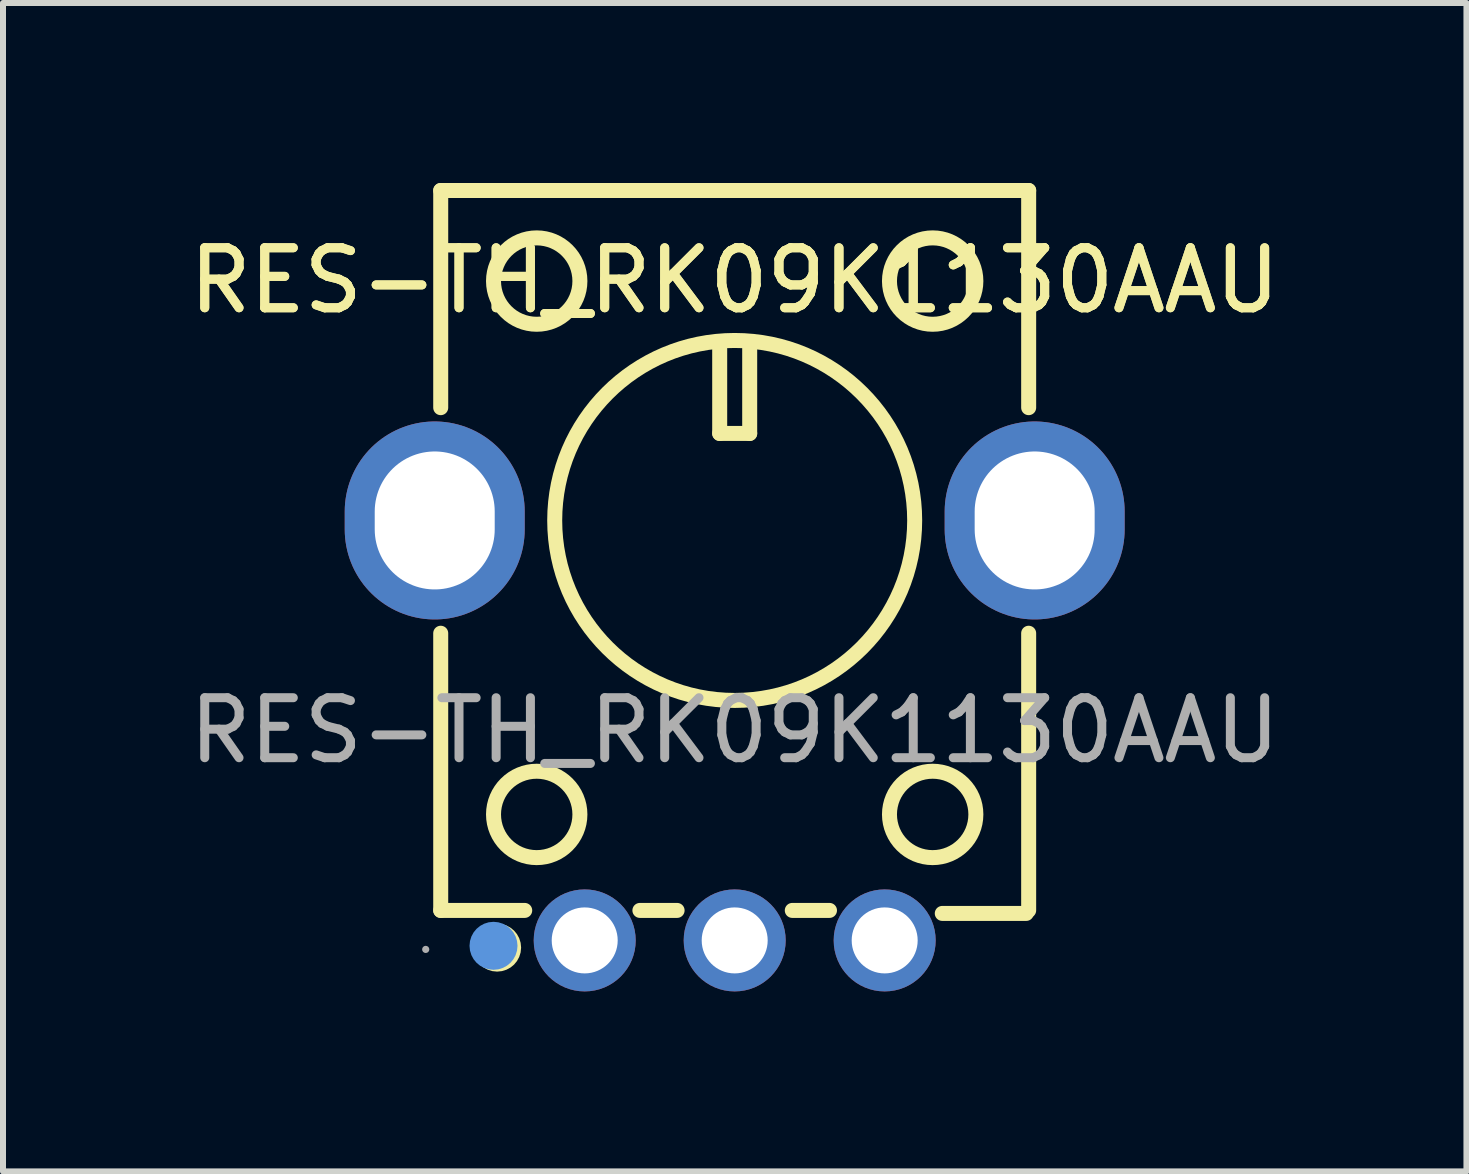
<source format=kicad_pcb>
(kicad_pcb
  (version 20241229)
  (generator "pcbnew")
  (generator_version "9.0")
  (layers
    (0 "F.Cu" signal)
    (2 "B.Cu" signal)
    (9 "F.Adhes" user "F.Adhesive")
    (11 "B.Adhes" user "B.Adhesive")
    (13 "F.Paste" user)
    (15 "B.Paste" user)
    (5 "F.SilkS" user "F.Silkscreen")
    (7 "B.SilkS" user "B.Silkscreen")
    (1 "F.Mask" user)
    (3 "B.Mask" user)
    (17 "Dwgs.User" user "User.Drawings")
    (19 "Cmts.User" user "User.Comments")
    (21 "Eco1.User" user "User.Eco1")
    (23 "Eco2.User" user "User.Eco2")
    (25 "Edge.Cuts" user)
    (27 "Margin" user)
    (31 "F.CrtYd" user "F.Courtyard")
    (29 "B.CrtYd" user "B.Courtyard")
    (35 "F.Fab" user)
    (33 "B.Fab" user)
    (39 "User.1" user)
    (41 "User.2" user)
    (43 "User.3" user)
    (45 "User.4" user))
  (footprint "RES-TH_RK09K1130AAU"
    (layer "F.Cu")
    (at 9.196 9.125)
    (property "Reference" "RES-TH_RK09K1130AAU" (at 0 -7.5 0) (layer "F.SilkS") (effects (font (size 1 1) (thickness 0.15))))
    (attr through_hole)
    (fp_line (start -4.9 -9) (end -4.9 -5.38) (stroke (width 0.25) (type solid)) (layer "F.SilkS"))
    (fp_line (start -4.9 -9) (end 4.9 -9) (stroke (width 0.25) (type solid)) (layer "F.SilkS"))
    (fp_line (start -4.9 -1.62) (end -4.9 3) (stroke (width 0.25) (type solid)) (layer "F.SilkS"))
    (fp_line (start -4.9 3) (end -3.5 3) (stroke (width 0.25) (type solid)) (layer "F.SilkS"))
    (fp_line (start -1.58 3) (end -0.96 3) (stroke (width 0.25) (type solid)) (layer "F.SilkS"))
    (fp_line (start -0.25 -6.48) (end -0.25 -4.95) (stroke (width 0.25) (type solid)) (layer "F.SilkS"))
    (fp_line (start -0.25 -4.95) (end 0.25 -4.95) (stroke (width 0.25) (type solid)) (layer "F.SilkS"))
    (fp_line (start 0.25 -4.95) (end 0.25 -6.48) (stroke (width 0.25) (type solid)) (layer "F.SilkS"))
    (fp_line (start 0.96 3) (end 1.58 3) (stroke (width 0.25) (type solid)) (layer "F.SilkS"))
    (fp_line (start 4.86 3.05) (end 3.46 3.05) (stroke (width 0.25) (type solid)) (layer "F.SilkS"))
    (fp_line (start 4.9 -9) (end 4.9 -5.38) (stroke (width 0.25) (type solid)) (layer "F.SilkS"))
    (fp_line (start 4.9 -1.62) (end 4.9 3) (stroke (width 0.25) (type solid)) (layer "F.SilkS"))
    (fp_circle (center -3.96 3.62) (end -3.76 3.62) (stroke (width 0.4) (type solid)) (fill no) (layer "F.SilkS"))
    (fp_circle (center -3.3 -7.49) (end -2.58 -7.49) (stroke (width 0.25) (type solid)) (fill no) (layer "F.SilkS"))
    (fp_circle (center -3.3 1.4) (end -2.58 1.4) (stroke (width 0.25) (type solid)) (fill no) (layer "F.SilkS"))
    (fp_circle (center 0 -3.5) (end 3 -3.5) (stroke (width 0.25) (type solid)) (fill no) (layer "F.SilkS"))
    (fp_circle (center 3.3 -7.49) (end 4.02 -7.49) (stroke (width 0.25) (type solid)) (fill no) (layer "F.SilkS"))
    (fp_circle (center 3.3 1.4) (end 4.02 1.4) (stroke (width 0.25) (type solid)) (fill no) (layer "F.SilkS"))
    (fp_circle (center -4.02 3.59) (end -3.82 3.59) (stroke (width 0.4) (type solid)) (fill no) (layer "Cmts.User"))
    (fp_circle (center -5.15 3.65) (end -5.12 3.65) (stroke (width 0.06) (type solid)) (fill no) (layer "F.Fab"))
    (fp_text user "${REFERENCE}" (at 0 -7.5 0) (layer "F.SilkS") (effects (font (size 1 1) (thickness 0.15))))
    (fp_text user "${REFERENCE}" (at 0 0 0) (layer "F.Fab") (effects (font (size 1 1) (thickness 0.15))))
    (pad "1" thru_hole circle (at -2.5 3.5) (size 1.7 1.7) (drill 1.1) (layers "*.Cu" "*.Mask"))
    (pad "2" thru_hole circle (at 0 3.5) (size 1.7 1.7) (drill 1.1) (layers "*.Cu" "*.Mask"))
    (pad "3" thru_hole circle (at 2.5 3.5) (size 1.7 1.7) (drill 1.1) (layers "*.Cu" "*.Mask"))
    (pad "4" thru_hole oval (at 5 -3.5) (size 3 3.3) (drill oval 2 2.3) (layers "*.Cu" "*.Mask"))
    (pad "5" thru_hole oval (at -5 -3.5) (size 3 3.3) (drill oval 2 2.3) (layers "*.Cu" "*.Mask")))
  (gr_rect
    (start -3 -3)
    (end 21.393 16.475)
    (stroke (width 0.1) (type default))
    (fill no)
    (layer "Edge.Cuts")))
</source>
